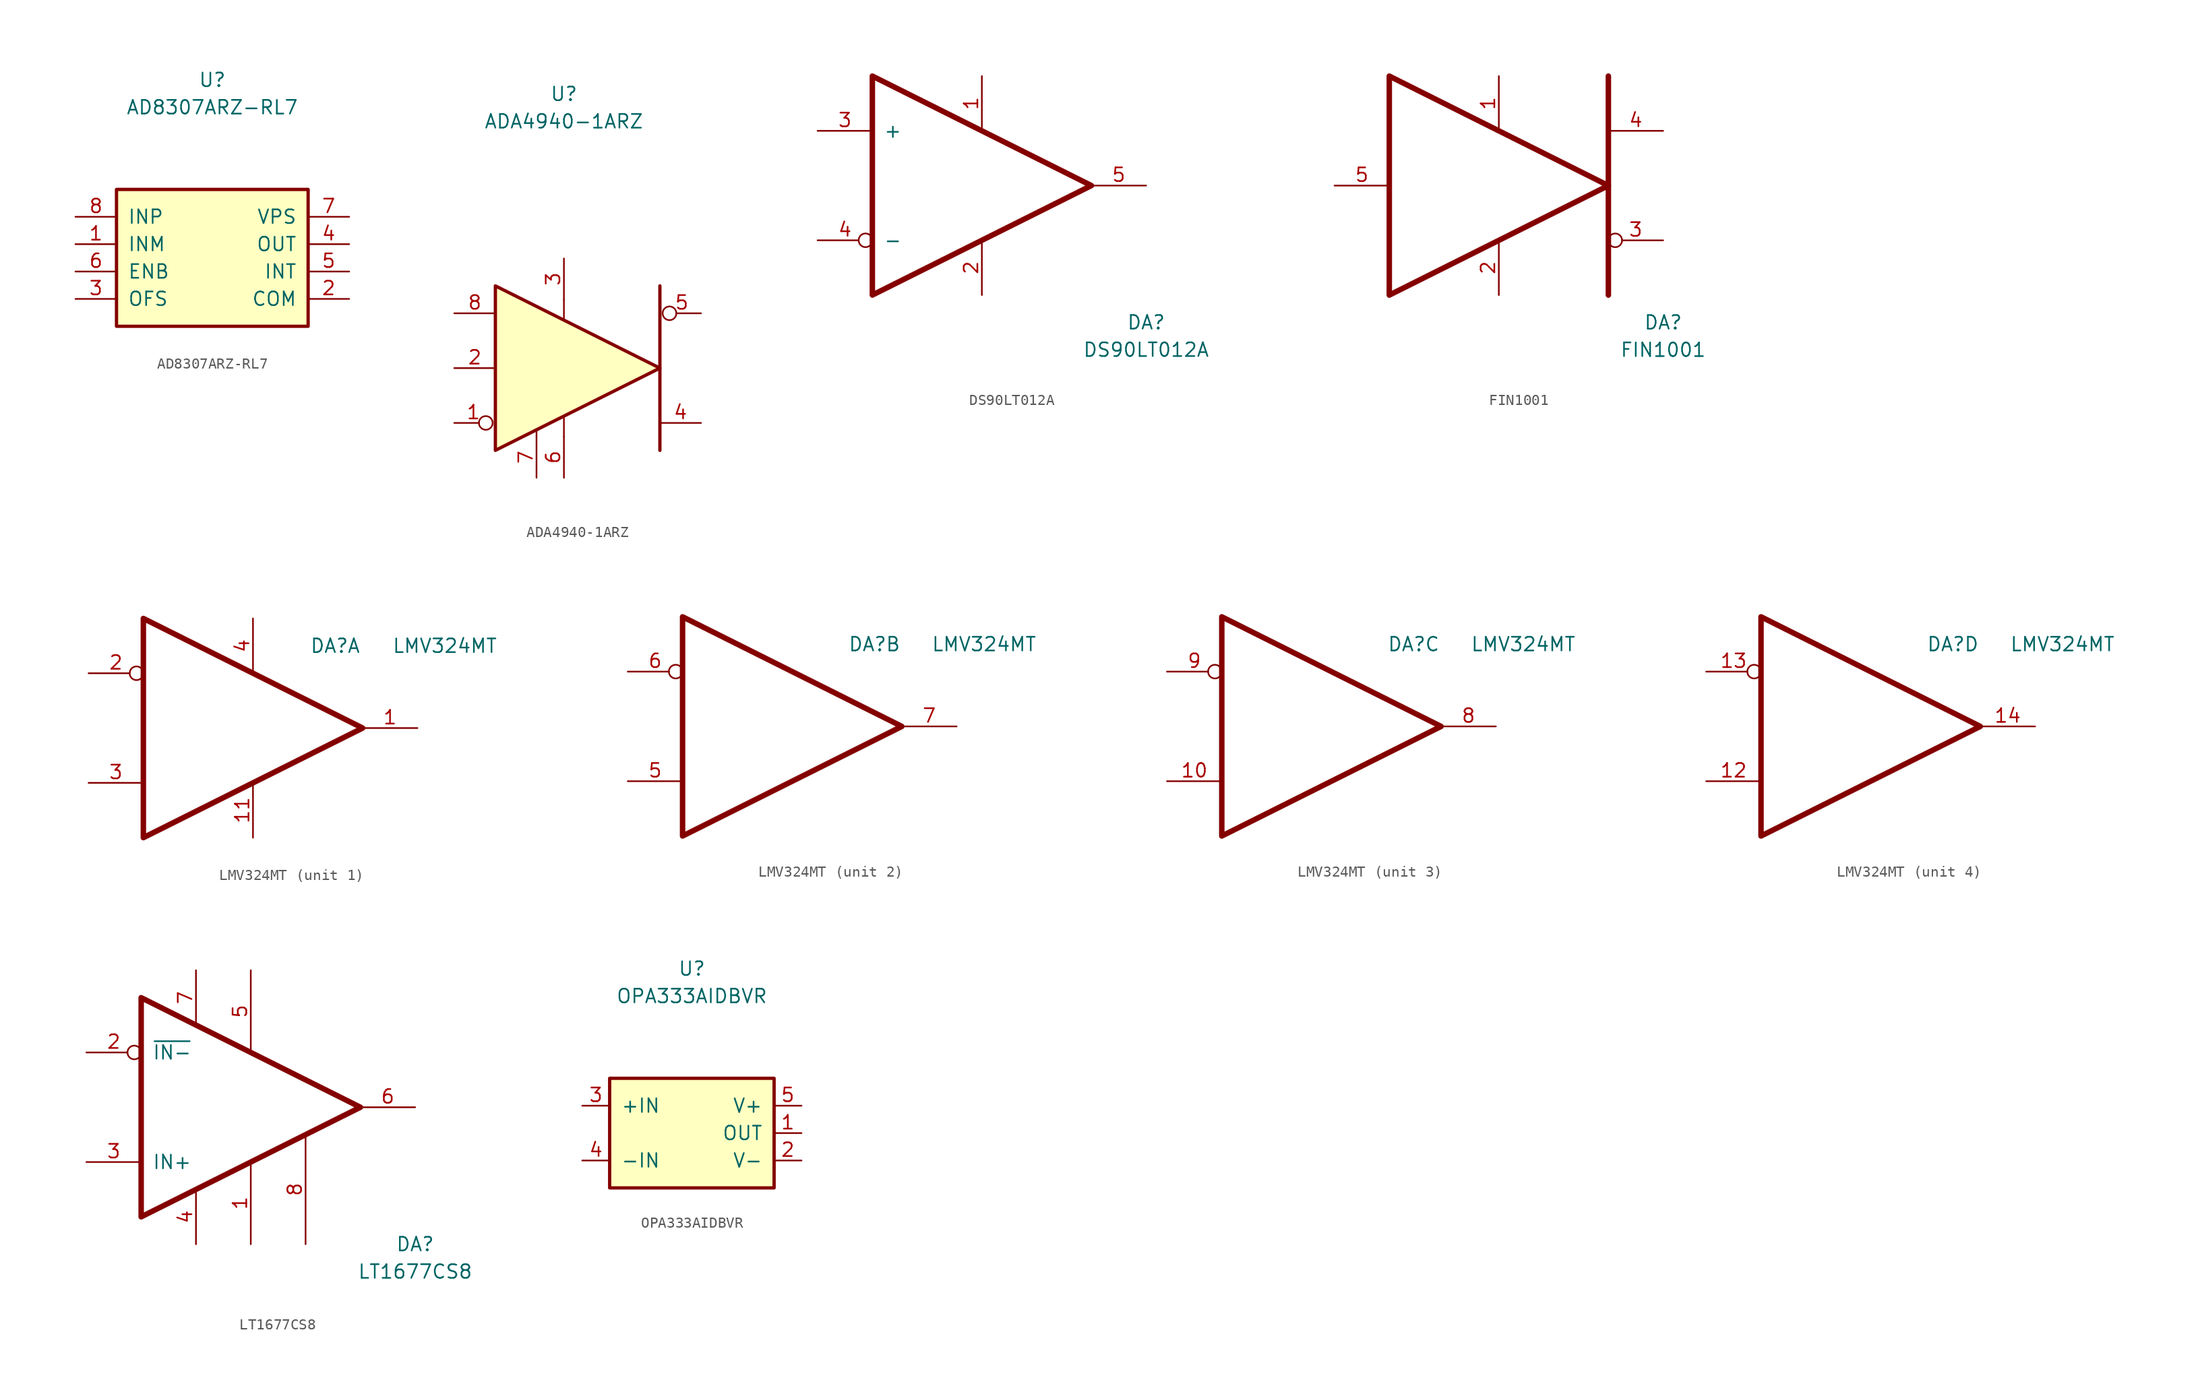
<source format=kicad_sym>
(kicad_symbol_lib
  (version 20211014)
  (generator kicad_symbol_editor)
  (symbol "AD8307ARZ-RL7"
    (pin_names
      (offset 1.016))
    (property "Reference" "U"
      (at 0 15.24 0)
      (effects (font (size 1.27 1.27))))
    (property "Value" "AD8307ARZ-RL7"
      (at 0 12.7 0)
      (effects (font (size 1.27 1.27))))
    (symbol "AD8307ARZ-RL7_0_1"
      (rectangle (start -8.89 5.08) (end 8.89 -7.62) (stroke (width 0.305) (type default) (color 0 0 0 0)) (fill (type background))))
    (symbol "AD8307ARZ-RL7_1_1"
      (pin input line (at -12.7 0 0) (length 3.81) (name "INM" (effects (font (size 1.27 1.27)))) (number "1" (effects (font (size 1.27 1.27)))))
      (pin power_in line (at 12.7 -5.08 180) (length 3.81) (name "COM" (effects (font (size 1.27 1.27)))) (number "2" (effects (font (size 1.27 1.27)))))
      (pin input line (at -12.7 -5.08 0) (length 3.81) (name "OFS" (effects (font (size 1.27 1.27)))) (number "3" (effects (font (size 1.27 1.27)))))
      (pin output line (at 12.7 0 180) (length 3.81) (name "OUT" (effects (font (size 1.27 1.27)))) (number "4" (effects (font (size 1.27 1.27)))))
      (pin input line (at 12.7 -2.54 180) (length 3.81) (name "INT" (effects (font (size 1.27 1.27)))) (number "5" (effects (font (size 1.27 1.27)))))
      (pin input line (at -12.7 -2.54 0) (length 3.81) (name "ENB" (effects (font (size 1.27 1.27)))) (number "6" (effects (font (size 1.27 1.27)))))
      (pin power_in line (at 12.7 2.54 180) (length 3.81) (name "VPS" (effects (font (size 1.27 1.27)))) (number "7" (effects (font (size 1.27 1.27)))))
      (pin input line (at -12.7 2.54 0) (length 3.81) (name "INP" (effects (font (size 1.27 1.27)))) (number "8" (effects (font (size 1.27 1.27)))))))
  (symbol "ADA4940-1ARZ"
    (pin_names
      (offset 1.016) hide)
    (property "Reference" "U"
      (at 0 25.4 0)
      (effects (font (size 1.27 1.27))))
    (property "Value" "ADA4940-1ARZ"
      (at 0 22.86 0)
      (effects (font (size 1.27 1.27))))
    (symbol "ADA4940-1ARZ_0_1"
      (polyline (pts (xy 8.89 7.62) (xy 8.89 -7.62)) (stroke (width 0.305) (type default) (color 0 0 0 0)) (fill (type none))))
    (symbol "ADA4940-1ARZ_1_1"
      (polyline (pts (xy -2.54 -6.35) (xy -2.54 -5.715)) (stroke (width 0.152) (type default) (color 0 0 0 0)) (fill (type none)))
      (polyline (pts (xy 0 -6.35) (xy 0 -4.445)) (stroke (width 0.152) (type default) (color 0 0 0 0)) (fill (type none)))
      (polyline (pts (xy 0 6.35) (xy 0 4.445)) (stroke (width 0.152) (type default) (color 0 0 0 0)) (fill (type none)))
      (polyline (pts (xy -6.35 7.62) (xy -6.35 -7.62) (xy 8.89 0) (xy -6.35 7.62)) (stroke (width 0.305) (type default) (color 0 0 0 0)) (fill (type background)))
      (pin input inverted (at -10.16 -5.08 0) (length 3.556) (name "~{IN}" (effects (font (size 1.27 1.27)))) (number "1" (effects (font (size 1.27 1.27)))))
      (pin input line (at -10.16 0 0) (length 3.81) (name "VOCM" (effects (font (size 1.27 1.27)))) (number "2" (effects (font (size 1.27 1.27)))))
      (pin power_in line (at 0 10.16 270) (length 3.81) (name "+VS" (effects (font (size 1.27 1.27)))) (number "3" (effects (font (size 1.27 1.27)))))
      (pin output line (at 12.7 -5.08 180) (length 3.81) (name "OUT" (effects (font (size 1.27 1.27)))) (number "4" (effects (font (size 1.27 1.27)))))
      (pin output inverted (at 12.7 5.08 180) (length 3.556) (name "~{OUT}" (effects (font (size 1.27 1.27)))) (number "5" (effects (font (size 1.27 1.27)))))
      (pin power_in line (at 0 -10.16 90) (length 3.81) (name "-VS" (effects (font (size 1.27 1.27)))) (number "6" (effects (font (size 1.27 1.27)))))
      (pin input line (at -2.54 -10.16 90) (length 3.81) (name "~{DISABLE}" (effects (font (size 1.27 1.27)))) (number "7" (effects (font (size 1.27 1.27)))))
      (pin input line (at -10.16 5.08 0) (length 3.81) (name "IN" (effects (font (size 1.27 1.27)))) (number "8" (effects (font (size 1.27 1.27)))))))
  (symbol "DS90LT012A"
    (pin_names
      (offset 1.016))
    (property "Reference" "DA"
      (at 30.48 -17.78 0)
      (effects (font (size 1.27 1.27))))
    (property "Value" "DS90LT012A"
      (at 30.48 -20.32 0)
      (effects (font (size 1.27 1.27))))
    (symbol "DS90LT012A_1_1"
      (polyline (pts (xy 5.08 5.08) (xy 5.08 -15.24) (xy 25.4 -5.08) (xy 5.08 5.08)) (stroke (width 0.508) (type default) (color 0 0 0 0)) (fill (type none)))
      (pin power_in line (at 15.24 5.08 270) (length 5.08) (name "~" (effects (font (size 1.27 1.27)))) (number "1" (effects (font (size 1.27 1.27)))))
      (pin power_in line (at 15.24 -15.24 90) (length 5.08) (name "~" (effects (font (size 1.27 1.27)))) (number "2" (effects (font (size 1.27 1.27)))))
      (pin input line (at 0 0 0) (length 5.08) (name "+" (effects (font (size 1.27 1.27)))) (number "3" (effects (font (size 1.27 1.27)))))
      (pin input inverted (at 0 -10.16 0) (length 5.08) (name "-" (effects (font (size 1.27 1.27)))) (number "4" (effects (font (size 1.27 1.27)))))
      (pin output line (at 30.48 -5.08 180) (length 5.08) (name "~" (effects (font (size 1.27 1.27)))) (number "5" (effects (font (size 1.27 1.27)))))))
  (symbol "FIN1001"
    (pin_names
      (offset 1.016))
    (property "Reference" "DA"
      (at 30.48 -17.78 0)
      (effects (font (size 1.27 1.27))))
    (property "Value" "FIN1001"
      (at 30.48 -20.32 0)
      (effects (font (size 1.27 1.27))))
    (symbol "FIN1001_0_1"
      (polyline (pts (xy 25.4 5.08) (xy 25.4 -15.24)) (stroke (width 0.508) (type default) (color 0 0 0 0)) (fill (type none))))
    (symbol "FIN1001_1_1"
      (polyline (pts (xy 5.08 5.08) (xy 5.08 -15.24) (xy 25.4 -5.08) (xy 5.08 5.08)) (stroke (width 0.508) (type default) (color 0 0 0 0)) (fill (type none)))
      (pin power_in line (at 15.24 5.08 270) (length 5.08) (name "~" (effects (font (size 1.27 1.27)))) (number "1" (effects (font (size 1.27 1.27)))))
      (pin power_in line (at 15.24 -15.24 90) (length 5.08) (name "~" (effects (font (size 1.27 1.27)))) (number "2" (effects (font (size 1.27 1.27)))))
      (pin output inverted (at 30.48 -10.16 180) (length 5.08) (name "~" (effects (font (size 1.27 1.27)))) (number "3" (effects (font (size 1.27 1.27)))))
      (pin output line (at 30.48 0 180) (length 5.08) (name "~" (effects (font (size 1.27 1.27)))) (number "4" (effects (font (size 1.27 1.27)))))
      (pin input line (at 0 -5.08 0) (length 5.08) (name "~" (effects (font (size 1.27 1.27)))) (number "5" (effects (font (size 1.27 1.27)))))))
  (symbol "LMV324MT"
    (pin_names
      (offset 1.016) hide)
    (property "Reference" "DA"
      (at 22.86 2.54 0)
      (effects (font (size 1.27 1.27))))
    (property "Value" "LMV324MT"
      (at 33.02 2.54 0)
      (effects (font (size 1.27 1.27))))
    (property "ki_locked" ""
      (at 0 0 0)
      (effects (font (size 1.27 1.27))))
    (symbol "LMV324MT_0_1"
      (polyline (pts (xy 5.08 5.08) (xy 5.08 -15.24) (xy 25.4 -5.08) (xy 5.08 5.08)) (stroke (width 0.508) (type default) (color 0 0 0 0)) (fill (type none))))
    (symbol "LMV324MT_1_1"
      (pin output line (at 30.48 -5.08 180) (length 5.08) (name "1" (effects (font (size 1.27 1.27)))) (number "1" (effects (font (size 1.27 1.27)))))
      (pin power_in line (at 15.24 -15.24 90) (length 5.08) (name "11" (effects (font (size 1.27 1.27)))) (number "11" (effects (font (size 1.27 1.27)))))
      (pin input inverted (at 0 0 0) (length 5.08) (name "2" (effects (font (size 1.27 1.27)))) (number "2" (effects (font (size 1.27 1.27)))))
      (pin input line (at 0 -10.16 0) (length 5.08) (name "3" (effects (font (size 1.27 1.27)))) (number "3" (effects (font (size 1.27 1.27)))))
      (pin power_in line (at 15.24 5.08 270) (length 5.08) (name "4" (effects (font (size 1.27 1.27)))) (number "4" (effects (font (size 1.27 1.27))))))
    (symbol "LMV324MT_2_1"
      (pin input line (at 0 -10.16 0) (length 5.08) (name "5" (effects (font (size 1.27 1.27)))) (number "5" (effects (font (size 1.27 1.27)))))
      (pin input inverted (at 0 0 0) (length 5.08) (name "6" (effects (font (size 1.27 1.27)))) (number "6" (effects (font (size 1.27 1.27)))))
      (pin output line (at 30.48 -5.08 180) (length 5.08) (name "7" (effects (font (size 1.27 1.27)))) (number "7" (effects (font (size 1.27 1.27))))))
    (symbol "LMV324MT_3_1"
      (pin input line (at 0 -10.16 0) (length 5.08) (name "10" (effects (font (size 1.27 1.27)))) (number "10" (effects (font (size 1.27 1.27)))))
      (pin output line (at 30.48 -5.08 180) (length 5.08) (name "8" (effects (font (size 1.27 1.27)))) (number "8" (effects (font (size 1.27 1.27)))))
      (pin input inverted (at 0 0 0) (length 5.08) (name "9" (effects (font (size 1.27 1.27)))) (number "9" (effects (font (size 1.27 1.27))))))
    (symbol "LMV324MT_4_1"
      (pin input line (at 0 -10.16 0) (length 5.08) (name "12" (effects (font (size 1.27 1.27)))) (number "12" (effects (font (size 1.27 1.27)))))
      (pin input inverted (at 0 0 0) (length 5.08) (name "13" (effects (font (size 1.27 1.27)))) (number "13" (effects (font (size 1.27 1.27)))))
      (pin output line (at 30.48 -5.08 180) (length 5.08) (name "14" (effects (font (size 1.27 1.27)))) (number "14" (effects (font (size 1.27 1.27)))))))
  (symbol "LT1677CS8"
    (pin_names
      (offset 1.016))
    (property "Reference" "DA"
      (at 30.48 -17.78 0)
      (effects (font (size 1.27 1.27))))
    (property "Value" "LT1677CS8"
      (at 30.48 -20.32 0)
      (effects (font (size 1.27 1.27))))
    (symbol "LT1677CS8_1_1"
      (polyline (pts (xy 5.08 5.08) (xy 5.08 -15.24) (xy 25.4 -5.08) (xy 5.08 5.08)) (stroke (width 0.508) (type default) (color 0 0 0 0)) (fill (type none)))
      (pin input line (at 15.24 -17.78 90) (length 7.62) (name "~" (effects (font (size 1.27 1.27)))) (number "1" (effects (font (size 1.27 1.27)))))
      (pin input inverted (at 0 0 0) (length 5.08) (name "~{IN-}" (effects (font (size 1.27 1.27)))) (number "2" (effects (font (size 1.27 1.27)))))
      (pin input line (at 0 -10.16 0) (length 5.08) (name "IN+" (effects (font (size 1.27 1.27)))) (number "3" (effects (font (size 1.27 1.27)))))
      (pin power_in line (at 10.16 -17.78 90) (length 5.08) (name "~" (effects (font (size 1.27 1.27)))) (number "4" (effects (font (size 1.27 1.27)))))
      (pin input line (at 15.24 7.62 270) (length 7.62) (name "~" (effects (font (size 1.27 1.27)))) (number "5" (effects (font (size 1.27 1.27)))))
      (pin output line (at 30.48 -5.08 180) (length 5.08) (name "~" (effects (font (size 1.27 1.27)))) (number "6" (effects (font (size 1.27 1.27)))))
      (pin power_in line (at 10.16 7.62 270) (length 5.08) (name "~" (effects (font (size 1.27 1.27)))) (number "7" (effects (font (size 1.27 1.27)))))
      (pin input line (at 20.32 -17.78 90) (length 10.16) (name "~" (effects (font (size 1.27 1.27)))) (number "8" (effects (font (size 1.27 1.27)))))))
  (symbol "OPA333AIDBVR"
    (pin_names
      (offset 1.016))
    (property "Reference" "U"
      (at 0 15.24 0)
      (effects (font (size 1.27 1.27))))
    (property "Value" "OPA333AIDBVR"
      (at 0 12.7 0)
      (effects (font (size 1.27 1.27))))
    (symbol "OPA333AIDBVR_0_1"
      (rectangle (start -7.62 5.08) (end 7.62 -5.08) (stroke (width 0.305) (type default) (color 0 0 0 0)) (fill (type background))))
    (symbol "OPA333AIDBVR_1_1"
      (pin output line (at 10.16 0 180) (length 2.54) (name "OUT" (effects (font (size 1.27 1.27)))) (number "1" (effects (font (size 1.27 1.27)))))
      (pin power_in line (at 10.16 -2.54 180) (length 2.54) (name "V-" (effects (font (size 1.27 1.27)))) (number "2" (effects (font (size 1.27 1.27)))))
      (pin input line (at -10.16 2.54 0) (length 2.54) (name "+IN" (effects (font (size 1.27 1.27)))) (number "3" (effects (font (size 1.27 1.27)))))
      (pin input line (at -10.16 -2.54 0) (length 2.54) (name "-IN" (effects (font (size 1.27 1.27)))) (number "4" (effects (font (size 1.27 1.27)))))
      (pin power_in line (at 10.16 2.54 180) (length 2.54) (name "V+" (effects (font (size 1.27 1.27)))) (number "5" (effects (font (size 1.27 1.27))))))))
</source>
